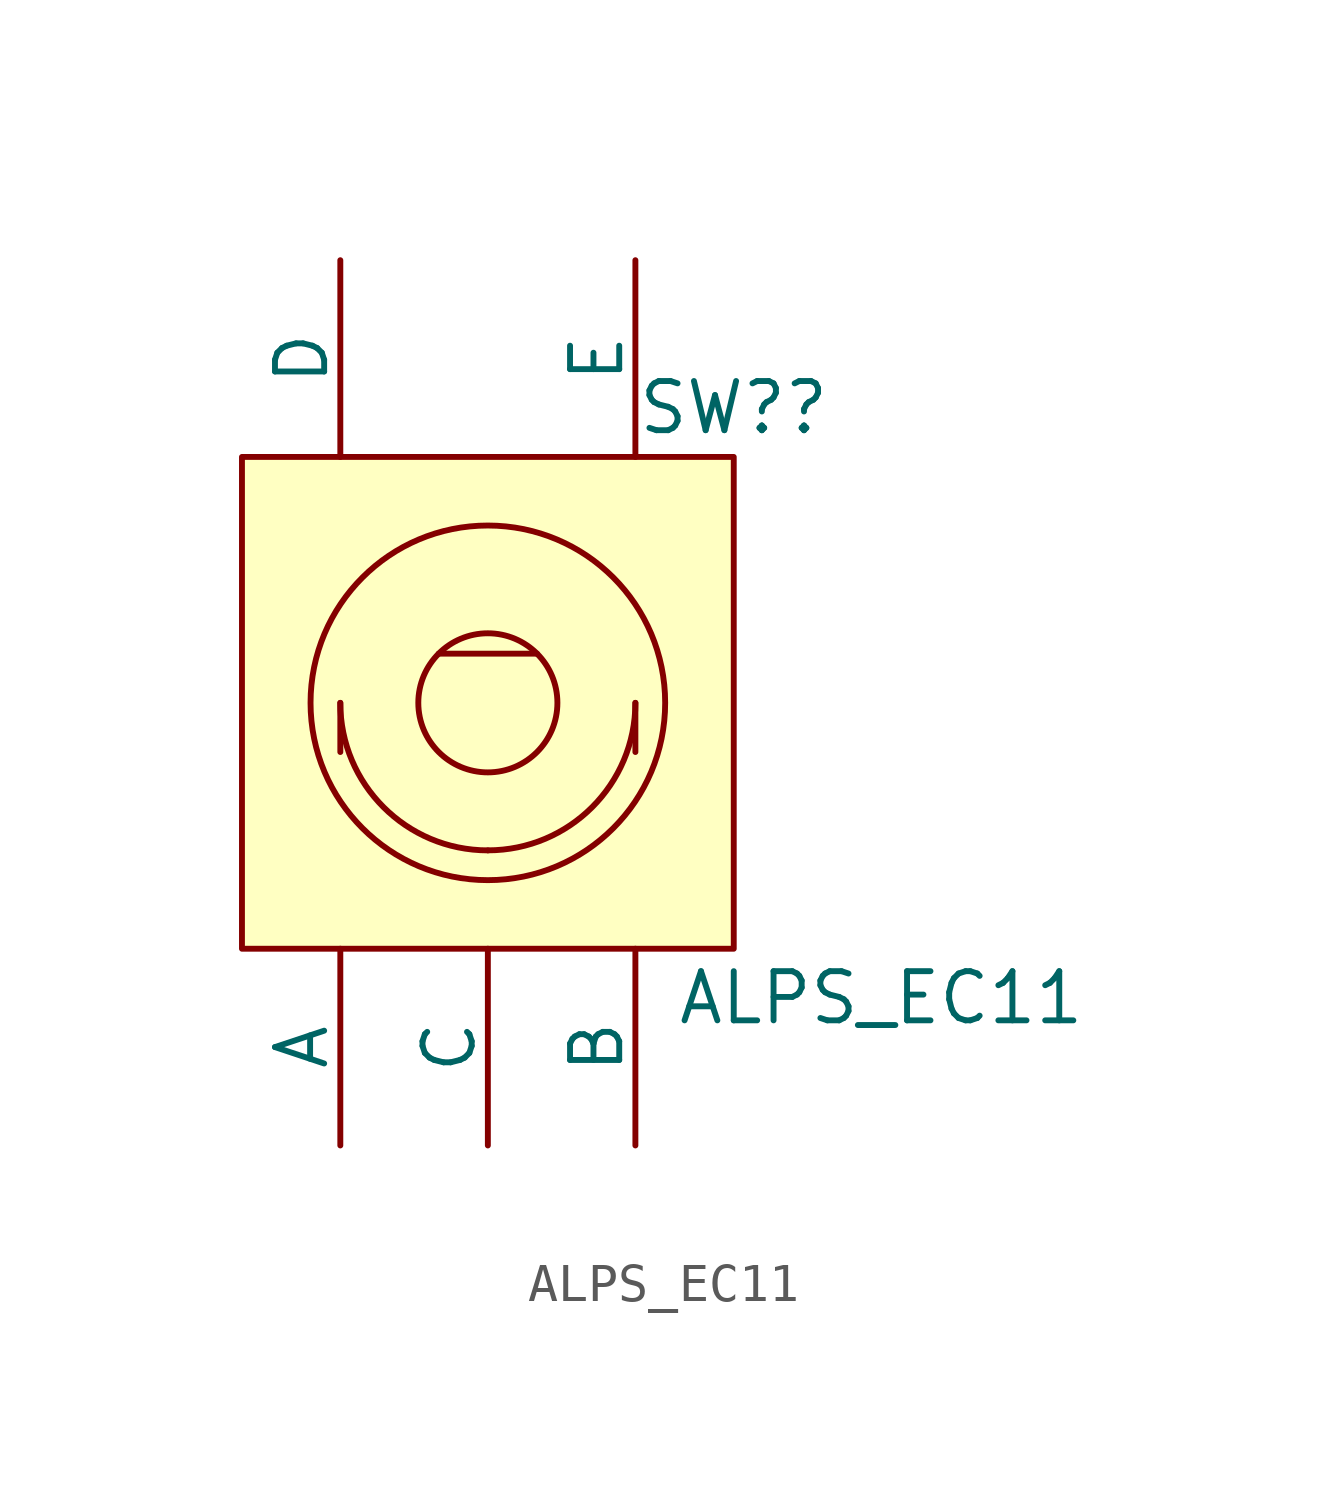
<source format=kicad_sym>
(kicad_symbol_lib
  (version 20211014)
  (generator kicad_symbol_editor)
  (symbol "ALPS_EC11"
    (pin_numbers hide)
    (pin_names
      (offset 0))
    (property "Reference" "SW?"
      (at 6.35 7.62 0)
      (effects (font (size 1.27 1.27))))
    (property "Value" "ALPS_EC11"
      (at 10.16 -7.62 0)
      (effects (font (size 1.27 1.27))))
    (symbol "ALPS_EC11_0_1"
      (rectangle (start -6.35 6.35) (end 6.35 -6.35) (stroke (width 0.152) (type default) (color 0 0 0 0)) (fill (type background)))
      (arc (start -3.81 0) (mid -2.6941 -2.6941) (end 0 -3.81) (stroke (width 0.1524) (type default) (color 0 0 0 0)) (fill (type none)))
      (arc (start 0 -3.81) (mid 2.6941 -2.6941) (end 3.81 0) (stroke (width 0.1524) (type default) (color 0 0 0 0)) (fill (type none)))
      (polyline (pts (xy -3.81 0) (xy -3.81 -1.27)) (stroke (width 0.152) (type default) (color 0 0 0 0)) (fill (type none)))
      (polyline (pts (xy 1.27 1.27) (xy -1.27 1.27)) (stroke (width 0.152) (type default) (color 0 0 0 0)) (fill (type none)))
      (polyline (pts (xy 3.81 0) (xy 3.81 -1.27)) (stroke (width 0.152) (type default) (color 0 0 0 0)) (fill (type none)))
      (circle (center 0 0) (radius 1.796) (stroke (width 0.152) (type default) (color 0 0 0 0)) (fill (type none)))
      (circle (center 0 0) (radius 4.579) (stroke (width 0.152) (type default) (color 0 0 0 0)) (fill (type none))))
    (symbol "ALPS_EC11_1_1"
      (pin input line (at -3.81 -11.43 90) (length 5.08) (name "A" (effects (font (size 1.27 1.27)))) (number "A" (effects (font (size 1.27 1.27)))))
      (pin input line (at 3.81 -11.43 90) (length 5.08) (name "B" (effects (font (size 1.27 1.27)))) (number "B" (effects (font (size 1.27 1.27)))))
      (pin output line (at 0 -11.43 90) (length 5.08) (name "C" (effects (font (size 1.27 1.27)))) (number "C" (effects (font (size 1.27 1.27)))))
      (pin input line (at -3.81 11.43 270) (length 5.08) (name "D" (effects (font (size 1.27 1.27)))) (number "D" (effects (font (size 1.27 1.27)))))
      (pin output line (at 3.81 11.43 270) (length 5.08) (name "E" (effects (font (size 1.27 1.27)))) (number "E" (effects (font (size 1.27 1.27))))))))
</source>
